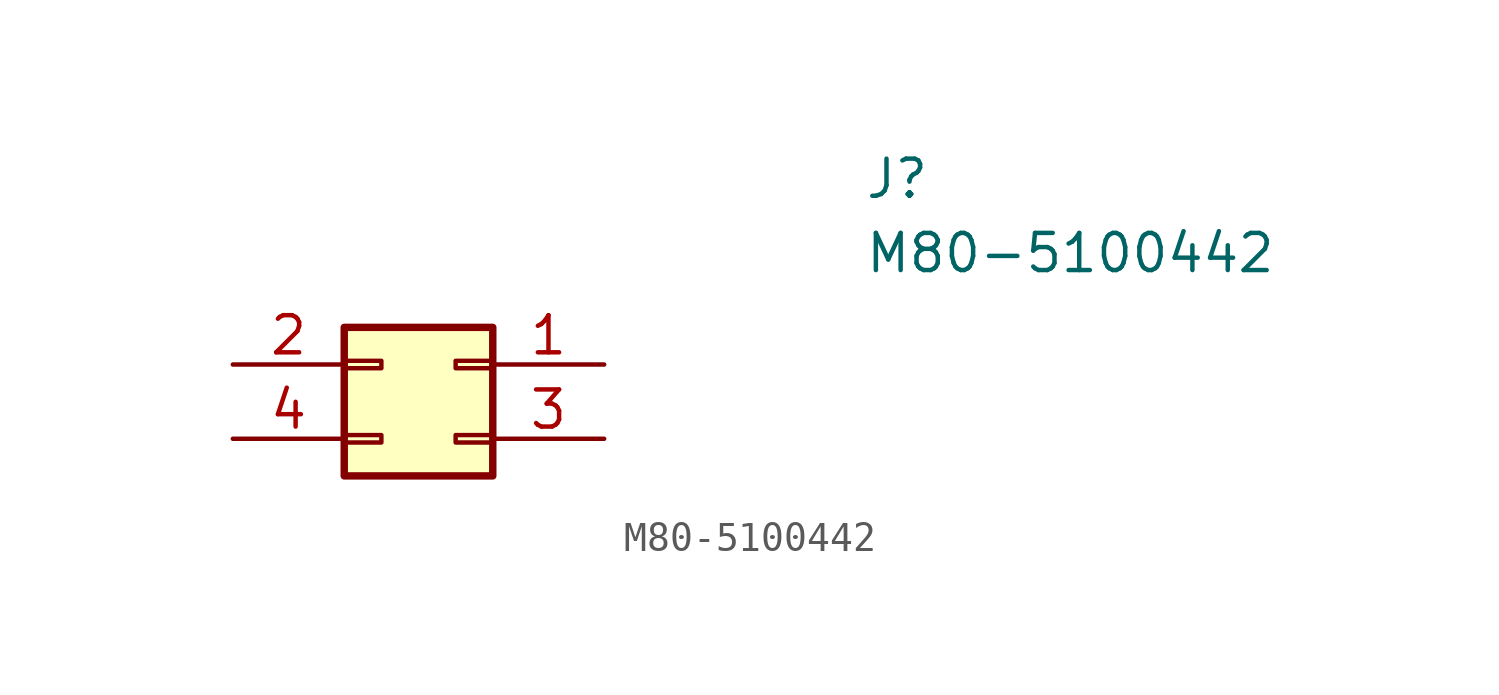
<source format=kicad_sym>
(kicad_symbol_lib
  (version 20220914)
  (generator kicad_symbol_editor)
  (symbol "M80-5100442"
    (pin_names
      (offset 0.762) hide)
    (property "Reference" "J"
      (at 16.51 7.62 0)
      (effects (font (size 1.27 1.27)) (justify left)))
    (property "Value" "M80-5100442"
      (at 16.51 5.08 0)
      (effects (font (size 1.27 1.27)) (justify left)))
    (symbol "M80-5100442_1_1"
      (rectangle (start -1.27 -2.54) (end 3.81 2.54) (stroke (width 0.254) (type default)) (fill (type background)))
      (rectangle (start 0 -1.397) (end -1.27 -1.143) (stroke (width 0.152) (type default)) (fill (type none)))
      (rectangle (start 0 1.143) (end -1.27 1.397) (stroke (width 0.152) (type default)) (fill (type none)))
      (rectangle (start 2.54 -1.397) (end 3.81 -1.143) (stroke (width 0.152) (type default)) (fill (type none)))
      (rectangle (start 2.54 1.143) (end 3.81 1.397) (stroke (width 0.152) (type default)) (fill (type none)))
      (pin passive line (at 7.62 1.27 180) (length 3.81) (name "Pin_1" (effects (font (size 1.27 1.27)))) (number "1" (effects (font (size 1.27 1.27)))))
      (pin passive line (at -5.08 1.27 0) (length 3.81) (name "Pin_2" (effects (font (size 1.27 1.27)))) (number "2" (effects (font (size 1.27 1.27)))))
      (pin passive line (at 7.62 -1.27 180) (length 3.81) (name "Pin_3" (effects (font (size 1.27 1.27)))) (number "3" (effects (font (size 1.27 1.27)))))
      (pin passive line (at -5.08 -1.27 0) (length 3.81) (name "Pin_4" (effects (font (size 1.27 1.27)))) (number "4" (effects (font (size 1.27 1.27))))))))
</source>
